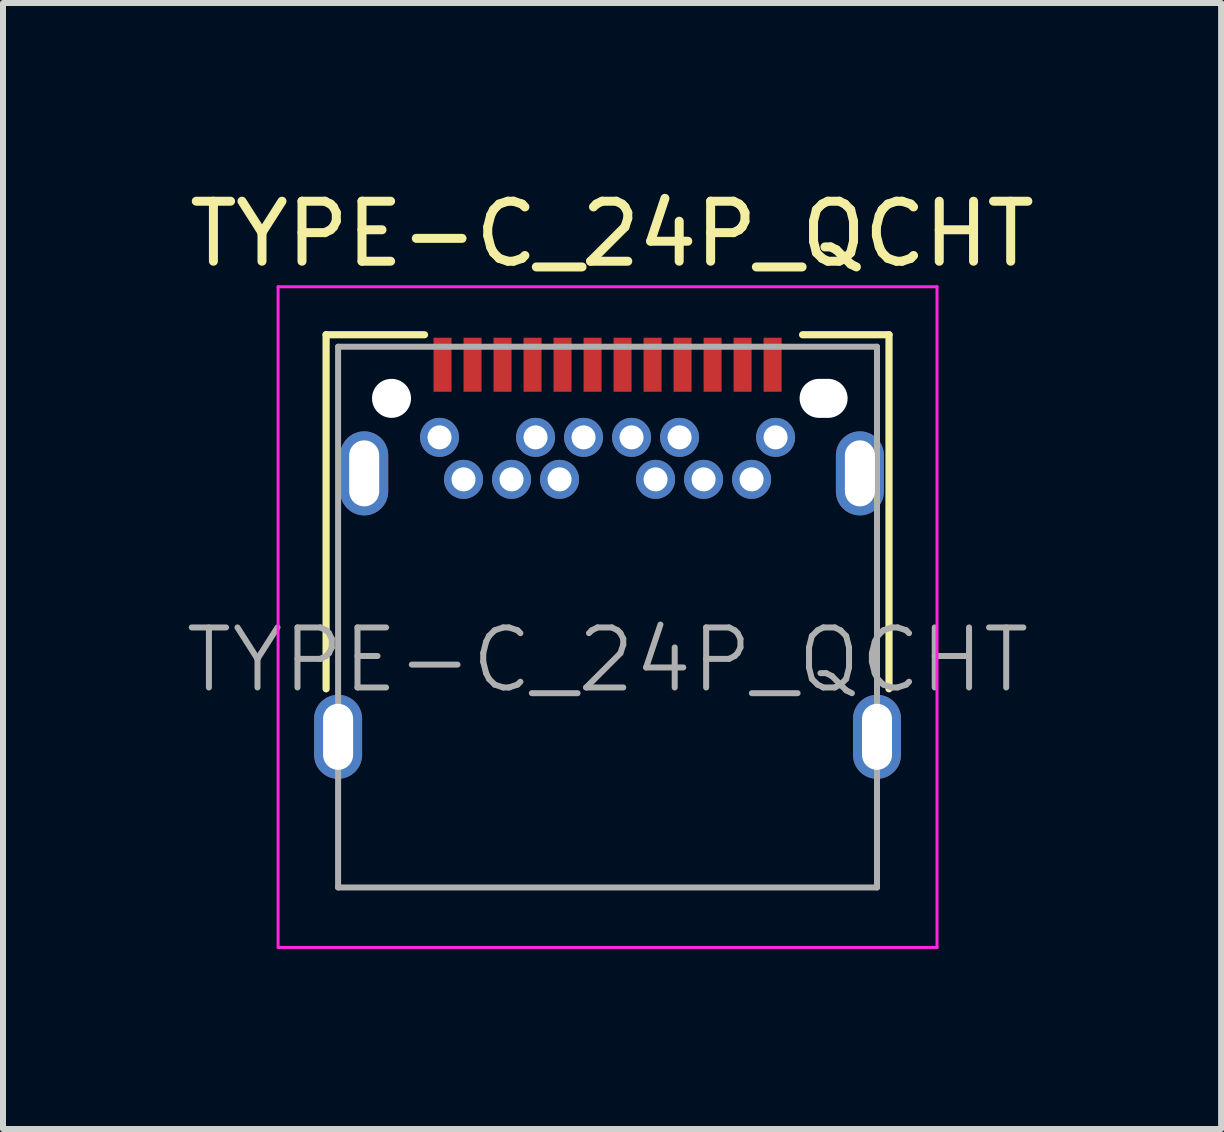
<source format=kicad_pcb>
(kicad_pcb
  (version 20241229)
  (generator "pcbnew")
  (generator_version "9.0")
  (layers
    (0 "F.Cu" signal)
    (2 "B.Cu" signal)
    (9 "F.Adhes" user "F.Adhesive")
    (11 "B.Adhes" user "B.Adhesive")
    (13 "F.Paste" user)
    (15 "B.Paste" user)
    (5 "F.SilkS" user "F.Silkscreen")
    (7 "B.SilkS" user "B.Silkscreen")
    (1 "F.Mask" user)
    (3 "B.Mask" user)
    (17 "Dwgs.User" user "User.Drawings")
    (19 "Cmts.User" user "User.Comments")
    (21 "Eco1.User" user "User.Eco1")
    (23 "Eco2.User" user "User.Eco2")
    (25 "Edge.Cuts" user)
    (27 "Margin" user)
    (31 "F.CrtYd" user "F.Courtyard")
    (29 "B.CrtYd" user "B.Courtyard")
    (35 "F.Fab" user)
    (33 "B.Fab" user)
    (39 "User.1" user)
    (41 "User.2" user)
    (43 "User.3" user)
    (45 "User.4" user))
  (footprint "TYPE-C_24P_QCHT"
    (layer "F.Cu")
    (at 7.074 11.048)
    (property "Reference" "TYPE-C_24P_QCHT" (at 0.075 -10.2 180) (layer "F.SilkS") (effects (font (size 1 1) (thickness 0.15))))
    (attr smd)
    (fp_line (start -4.69 -8.52) (end -4.69 -2.62) (stroke (width 0.12) (type solid)) (layer "F.SilkS"))
    (fp_line (start -4.69 -8.52) (end -3.05 -8.52) (stroke (width 0.12) (type solid)) (layer "F.SilkS"))
    (fp_line (start 3.25 -8.52) (end 4.69 -8.52) (stroke (width 0.12) (type solid)) (layer "F.SilkS"))
    (fp_line (start 4.69 -8.52) (end 4.69 -2.62) (stroke (width 0.12) (type solid)) (layer "F.SilkS"))
    (fp_line (start -5.49 -9.32) (end 5.49 -9.32) (stroke (width 0.05) (type solid)) (layer "F.CrtYd"))
    (fp_line (start -5.49 1.69) (end -5.49 -9.32) (stroke (width 0.05) (type solid)) (layer "F.CrtYd"))
    (fp_line (start 5.49 -9.32) (end 5.49 1.69) (stroke (width 0.05) (type solid)) (layer "F.CrtYd"))
    (fp_line (start 5.49 1.69) (end -5.49 1.69) (stroke (width 0.05) (type solid)) (layer "F.CrtYd"))
    (fp_line (start -4.49 -8.32) (end 4.49 -8.32) (stroke (width 0.1) (type solid)) (layer "F.Fab"))
    (fp_line (start -4.49 0.69) (end -4.49 -8.32) (stroke (width 0.1) (type solid)) (layer "F.Fab"))
    (fp_line (start -4.49 0.69) (end 4.49 0.69) (stroke (width 0.1) (type solid)) (layer "F.Fab"))
    (fp_line (start 4.49 0.69) (end 4.49 -8.32) (stroke (width 0.1) (type solid)) (layer "F.Fab"))
    (fp_text user "${REFERENCE}" (at 0 -3.1 180) (layer "F.Fab") (effects (font (size 1 1) (thickness 0.1))))
    (pad "" np_thru_hole circle (at -3.6 -7.46) (size 0.65 0.65) (drill 0.65) (layers "*.Cu" "*.Mask"))
    (pad "" np_thru_hole oval (at 3.6 -7.46) (size 0.8 0.65) (drill oval 0.8 0.65) (layers "*.Cu" "*.Mask"))
    (pad "A1" smd rect (at -2.75 -8.02) (size 0.3 0.9) (layers "F.Cu" "F.Mask" "F.Paste"))
    (pad "A2" smd rect (at -2.25 -8.02) (size 0.3 0.9) (layers "F.Cu" "F.Mask" "F.Paste"))
    (pad "A3" smd rect (at -1.75 -8.02) (size 0.3 0.9) (layers "F.Cu" "F.Mask" "F.Paste"))
    (pad "A4" smd rect (at -1.25 -8.02) (size 0.3 0.9) (layers "F.Cu" "F.Mask" "F.Paste"))
    (pad "A5" smd rect (at -0.75 -8.02) (size 0.3 0.9) (layers "F.Cu" "F.Mask" "F.Paste"))
    (pad "A6" smd rect (at -0.25 -8.02) (size 0.3 0.9) (layers "F.Cu" "F.Mask" "F.Paste"))
    (pad "A7" smd rect (at 0.25 -8.02) (size 0.3 0.9) (layers "F.Cu" "F.Mask" "F.Paste"))
    (pad "A8" smd rect (at 0.75 -8.02) (size 0.3 0.9) (layers "F.Cu" "F.Mask" "F.Paste"))
    (pad "A9" smd rect (at 1.25 -8.02) (size 0.3 0.9) (layers "F.Cu" "F.Mask" "F.Paste"))
    (pad "A10" smd rect (at 1.75 -8.02) (size 0.3 0.9) (layers "F.Cu" "F.Mask" "F.Paste"))
    (pad "A11" smd rect (at 2.25 -8.02) (size 0.3 0.9) (layers "F.Cu" "F.Mask" "F.Paste"))
    (pad "A12" smd rect (at 2.75 -8.02) (size 0.3 0.9) (layers "F.Cu" "F.Mask" "F.Paste"))
    (pad "B1" thru_hole circle (at 2.8 -6.81) (size 0.65 0.65) (drill 0.4) (layers "*.Cu" "*.Mask"))
    (pad "B2" thru_hole circle (at 2.4 -6.11) (size 0.65 0.65) (drill 0.4) (layers "*.Cu" "*.Mask"))
    (pad "B3" thru_hole circle (at 1.6 -6.11) (size 0.65 0.65) (drill 0.4) (layers "*.Cu" "*.Mask"))
    (pad "B4" thru_hole circle (at 1.2 -6.81) (size 0.65 0.65) (drill 0.4) (layers "*.Cu" "*.Mask"))
    (pad "B5" thru_hole circle (at 0.8 -6.11) (size 0.65 0.65) (drill 0.4) (layers "*.Cu" "*.Mask"))
    (pad "B6" thru_hole circle (at 0.4 -6.81) (size 0.65 0.65) (drill 0.4) (layers "*.Cu" "*.Mask"))
    (pad "B7" thru_hole circle (at -0.4 -6.81) (size 0.65 0.65) (drill 0.4) (layers "*.Cu" "*.Mask"))
    (pad "B8" thru_hole circle (at -0.8 -6.11) (size 0.65 0.65) (drill 0.4) (layers "*.Cu" "*.Mask"))
    (pad "B9" thru_hole circle (at -1.2 -6.81) (size 0.65 0.65) (drill 0.4) (layers "*.Cu" "*.Mask"))
    (pad "B10" thru_hole circle (at -1.6 -6.11) (size 0.65 0.65) (drill 0.4) (layers "*.Cu" "*.Mask"))
    (pad "B11" thru_hole circle (at -2.4 -6.11) (size 0.65 0.65) (drill 0.4) (layers "*.Cu" "*.Mask"))
    (pad "B12" thru_hole circle (at -2.8 -6.81) (size 0.65 0.65) (drill 0.4) (layers "*.Cu" "*.Mask"))
    (pad "S1" thru_hole oval (at -4.49 -1.82) (size 0.8 1.4) (drill oval 0.5 1.1) (layers "*.Cu" "*.Mask"))
    (pad "S1" thru_hole oval (at -4.055 -6.21) (size 0.8 1.4) (drill oval 0.5 1.1) (layers "*.Cu" "*.Mask"))
    (pad "S1" thru_hole oval (at 4.205 -6.21) (size 0.8 1.4) (drill oval 0.5 1.1) (layers "*.Cu" "*.Mask"))
    (pad "S1" thru_hole oval (at 4.49 -1.82) (size 0.8 1.4) (drill oval 0.5 1.1) (layers "*.Cu" "*.Mask")))
  (gr_rect
    (start -3 -3)
    (end 17.298 15.763)
    (stroke (width 0.1) (type default))
    (fill no)
    (layer "Edge.Cuts")))
</source>
